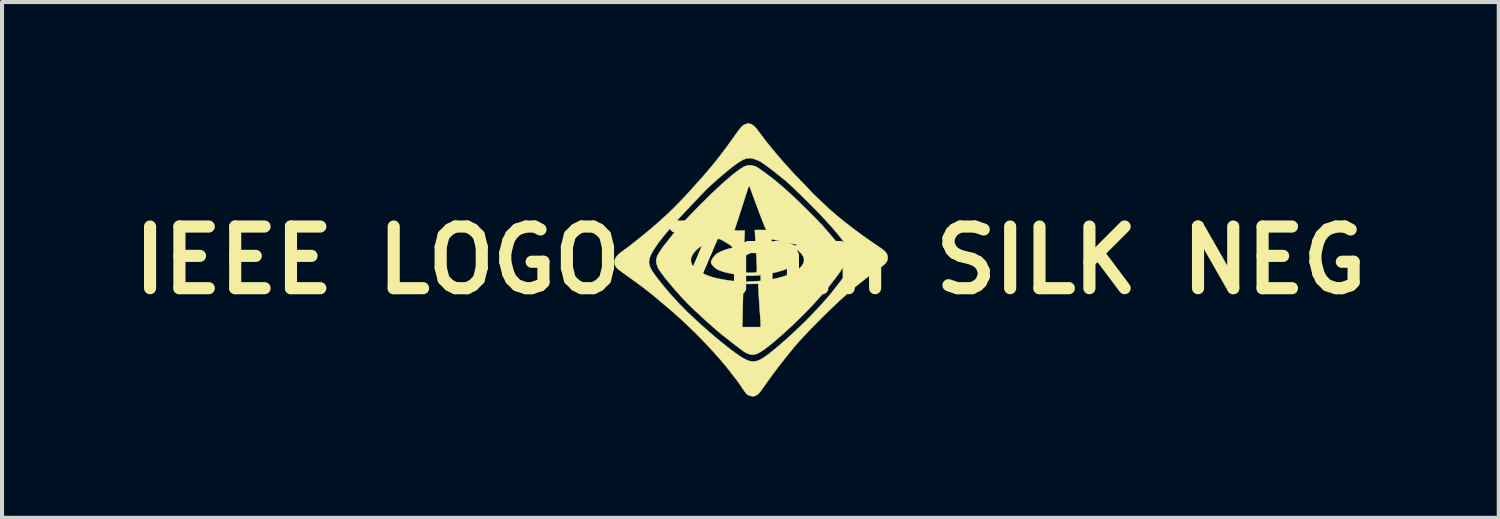
<source format=kicad_pcb>
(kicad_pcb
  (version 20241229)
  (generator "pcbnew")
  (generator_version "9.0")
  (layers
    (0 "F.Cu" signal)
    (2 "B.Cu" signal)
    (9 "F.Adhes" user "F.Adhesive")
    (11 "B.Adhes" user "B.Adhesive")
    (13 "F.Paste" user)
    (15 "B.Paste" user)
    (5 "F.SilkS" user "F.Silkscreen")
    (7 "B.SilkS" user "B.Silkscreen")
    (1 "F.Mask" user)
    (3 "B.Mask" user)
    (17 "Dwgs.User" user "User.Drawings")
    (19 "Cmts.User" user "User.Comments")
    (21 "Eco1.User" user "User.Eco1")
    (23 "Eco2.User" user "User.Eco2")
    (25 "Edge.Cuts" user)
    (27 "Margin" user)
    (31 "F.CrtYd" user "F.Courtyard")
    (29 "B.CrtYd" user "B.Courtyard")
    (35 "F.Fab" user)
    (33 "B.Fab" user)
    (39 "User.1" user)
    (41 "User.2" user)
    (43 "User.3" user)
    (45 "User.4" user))
  (footprint "IEEE LOGO 7mm SILK NEG"
    (layer "F.Cu")
    (at 15.501 3.385)
    (property "Reference" "IEEE LOGO 7mm SILK NEG" (at 0 0 0) (layer "F.SilkS") (effects (font (size 1.524 1.524) (thickness 0.3))))
    (attr through_hole)
    (fp_poly (pts (xy -0.011 -3.378) (xy 0.046 -3.353) (xy 0.105 -3.305) (xy 0.169 -3.233) (xy 0.199 -3.192) (xy 0.384 -2.946) (xy 0.591 -2.691) (xy 0.814 -2.431) (xy 1.05 -2.17) (xy 1.243 -1.968) (xy 1.308 -1.902) (xy 1.373 -1.834) (xy 1.432 -1.772) (xy 1.48 -1.721) (xy 1.505 -1.695) (xy 1.541 -1.657) (xy 1.594 -1.605) (xy 1.659 -1.542) (xy 1.732 -1.472) (xy 1.808 -1.4) (xy 1.884 -1.33) (xy 1.954 -1.265) (xy 2.011 -1.214) (xy 2.167 -1.081) (xy 2.342 -0.939) (xy 2.532 -0.792) (xy 2.731 -0.644) (xy 2.933 -0.5) (xy 3.133 -0.363) (xy 3.148 -0.353) (xy 3.234 -0.294) (xy 3.297 -0.246) (xy 3.342 -0.204) (xy 3.371 -0.165) (xy 3.387 -0.126) (xy 3.393 -0.083) (xy 3.394 -0.065) (xy 3.391 -0.022) (xy 3.38 0.016) (xy 3.359 0.052) (xy 3.324 0.09) (xy 3.273 0.135) (xy 3.202 0.188) (xy 3.156 0.221) (xy 3.097 0.264) (xy 3.023 0.32) (xy 2.938 0.385) (xy 2.847 0.456) (xy 2.754 0.529) (xy 2.664 0.601) (xy 2.58 0.669) (xy 2.508 0.729) (xy 2.451 0.777) (xy 2.427 0.798) (xy 2.399 0.823) (xy 2.355 0.863) (xy 2.301 0.912) (xy 2.241 0.966) (xy 2.215 0.989) (xy 2.12 1.077) (xy 2.014 1.177) (xy 1.9 1.288) (xy 1.782 1.405) (xy 1.662 1.525) (xy 1.543 1.646) (xy 1.429 1.764) (xy 1.323 1.876) (xy 1.228 1.98) (xy 1.146 2.07) (xy 1.082 2.146) (xy 1.07 2.16) (xy 0.963 2.292) (xy 0.87 2.407) (xy 0.79 2.509) (xy 0.717 2.602) (xy 0.649 2.691) (xy 0.583 2.779) (xy 0.515 2.872) (xy 0.442 2.973) (xy 0.361 3.086) (xy 0.279 3.203) (xy 0.218 3.28) (xy 0.161 3.331) (xy 0.104 3.358) (xy 0.045 3.362) (xy -0.007 3.349) (xy -0.047 3.334) (xy -0.077 3.316) (xy -0.105 3.29) (xy -0.135 3.252) (xy -0.169 3.203) (xy -0.236 3.104) (xy -0.289 3.028) (xy -0.33 2.971) (xy -0.358 2.934) (xy -0.387 2.898) (xy -0.419 2.856) (xy -0.423 2.85) (xy -0.57 2.662) (xy -0.736 2.463) (xy -0.919 2.257) (xy -1.113 2.047) (xy -1.316 1.839) (xy -1.524 1.636) (xy -1.731 1.442) (xy -1.936 1.261) (xy -2.019 1.19) (xy -2.056 1.159) (xy -2.107 1.116) (xy -2.166 1.066) (xy -2.224 1.016) (xy -2.349 0.911) (xy -2.477 0.807) (xy -2.612 0.701) (xy -2.759 0.591) (xy -2.923 0.472) (xy -3.09 0.352) (xy -3.177 0.29) (xy -3.244 0.239) (xy -3.292 0.198) (xy -3.324 0.161) (xy -3.344 0.127) (xy -3.355 0.092) (xy -3.358 0.052) (xy -3.358 0.04) (xy -3.358 0.037) (xy -2.505 0.037) (xy -2.502 0.09) (xy -2.487 0.144) (xy -2.461 0.205) (xy -2.421 0.274) (xy -2.366 0.355) (xy -2.295 0.45) (xy -2.206 0.562) (xy -2.189 0.584) (xy -1.994 0.817) (xy -1.786 1.046) (xy -1.561 1.275) (xy -1.317 1.506) (xy -1.051 1.743) (xy -0.911 1.863) (xy -0.747 1.999) (xy -0.601 2.117) (xy -0.473 2.217) (xy -0.36 2.3) (xy -0.262 2.368) (xy -0.177 2.42) (xy -0.103 2.458) (xy -0.04 2.484) (xy 0.013 2.497) (xy 0.079 2.503) (xy 0.14 2.495) (xy 0.206 2.473) (xy 0.236 2.46) (xy 0.3 2.424) (xy 0.381 2.37) (xy 0.476 2.299) (xy 0.584 2.213) (xy 0.702 2.114) (xy 0.828 2.005) (xy 0.96 1.887) (xy 1.095 1.762) (xy 1.231 1.633) (xy 1.366 1.501) (xy 1.497 1.368) (xy 1.623 1.237) (xy 1.736 1.114) (xy 1.799 1.045) (xy 1.849 0.989) (xy 1.89 0.943) (xy 1.927 0.9) (xy 1.964 0.856) (xy 2.004 0.806) (xy 2.052 0.746) (xy 2.111 0.67) (xy 2.141 0.632) (xy 2.239 0.505) (xy 2.32 0.396) (xy 2.384 0.303) (xy 2.434 0.222) (xy 2.47 0.151) (xy 2.495 0.088) (xy 2.51 0.029) (xy 2.516 -0.028) (xy 2.516 -0.042) (xy 2.514 -0.09) (xy 2.505 -0.138) (xy 2.487 -0.188) (xy 2.459 -0.243) (xy 2.419 -0.308) (xy 2.366 -0.384) (xy 2.297 -0.475) (xy 2.211 -0.584) (xy 2.21 -0.586) (xy 2.168 -0.638) (xy 2.132 -0.682) (xy 2.097 -0.724) (xy 2.061 -0.766) (xy 2.02 -0.813) (xy 1.969 -0.869) (xy 1.906 -0.939) (xy 1.849 -1.002) (xy 1.787 -1.069) (xy 1.713 -1.146) (xy 1.63 -1.232) (xy 1.54 -1.324) (xy 1.445 -1.419) (xy 1.348 -1.514) (xy 1.253 -1.609) (xy 1.16 -1.698) (xy 1.074 -1.781) (xy 0.996 -1.855) (xy 0.929 -1.917) (xy 0.876 -1.964) (xy 0.839 -1.995) (xy 0.831 -2) (xy 0.806 -2.019) (xy 0.766 -2.051) (xy 0.717 -2.09) (xy 0.684 -2.117) (xy 0.613 -2.174) (xy 0.536 -2.235) (xy 0.456 -2.295) (xy 0.38 -2.35) (xy 0.313 -2.397) (xy 0.261 -2.432) (xy 0.247 -2.44) (xy 0.171 -2.477) (xy 0.091 -2.506) (xy 0.016 -2.523) (xy -0.023 -2.526) (xy -0.087 -2.519) (xy -0.155 -2.497) (xy -0.231 -2.459) (xy -0.319 -2.403) (xy -0.396 -2.347) (xy -0.472 -2.288) (xy -0.559 -2.218) (xy -0.652 -2.14) (xy -0.748 -2.059) (xy -0.843 -1.976) (xy -0.933 -1.896) (xy -1.015 -1.821) (xy -1.085 -1.755) (xy -1.14 -1.701) (xy -1.17 -1.669) (xy -1.188 -1.649) (xy -1.224 -1.611) (xy -1.273 -1.559) (xy -1.332 -1.496) (xy -1.399 -1.426) (xy -1.467 -1.355) (xy -1.667 -1.143) (xy -1.845 -0.948) (xy -2.002 -0.769) (xy -2.138 -0.607) (xy -2.252 -0.461) (xy -2.345 -0.331) (xy -2.416 -0.219) (xy -2.465 -0.124) (xy -2.485 -0.071) (xy -2.499 -0.015) (xy -2.505 0.037) (xy -3.358 0.037) (xy -3.351 -0.014) (xy -3.329 -0.065) (xy -3.288 -0.118) (xy -3.227 -0.175) (xy -3.143 -0.239) (xy -3.114 -0.26) (xy -3.056 -0.301) (xy -2.982 -0.357) (xy -2.896 -0.425) (xy -2.801 -0.5) (xy -2.702 -0.579) (xy -2.604 -0.659) (xy -2.511 -0.736) (xy -2.427 -0.807) (xy -2.42 -0.813) (xy -2.293 -0.923) (xy -2.176 -1.028) (xy -2.064 -1.13) (xy -1.957 -1.233) (xy -1.85 -1.338) (xy -1.74 -1.45) (xy -1.625 -1.571) (xy -1.503 -1.704) (xy -1.369 -1.852) (xy -1.221 -2.018) (xy -1.164 -2.081) (xy -0.969 -2.31) (xy -0.777 -2.548) (xy -0.586 -2.801) (xy -0.435 -3.011) (xy -0.368 -3.105) (xy -0.315 -3.179) (xy -0.273 -3.235) (xy -0.239 -3.277) (xy -0.211 -3.307) (xy -0.186 -3.329) (xy -0.163 -3.345) (xy -0.137 -3.358) (xy -0.13 -3.361) (xy -0.069 -3.38) (xy -0.011 -3.378)) (stroke (width 0.01) (type solid)) (fill yes) (layer "F.SilkS"))
    (fp_poly (pts (xy 0.113 -2.326) (xy 0.153 -2.308) (xy 0.19 -2.285) (xy 0.244 -2.248) (xy 0.31 -2.201) (xy 0.383 -2.149) (xy 0.457 -2.093) (xy 0.528 -2.039) (xy 0.591 -1.99) (xy 0.64 -1.95) (xy 0.65 -1.942) (xy 0.688 -1.909) (xy 0.736 -1.868) (xy 0.776 -1.834) (xy 0.852 -1.769) (xy 0.944 -1.686) (xy 1.047 -1.591) (xy 1.158 -1.486) (xy 1.273 -1.376) (xy 1.387 -1.263) (xy 1.498 -1.153) (xy 1.602 -1.049) (xy 1.693 -0.954) (xy 1.767 -0.875) (xy 1.86 -0.771) (xy 1.951 -0.665) (xy 2.038 -0.561) (xy 2.118 -0.462) (xy 2.188 -0.371) (xy 2.246 -0.292) (xy 2.29 -0.228) (xy 2.311 -0.192) (xy 2.341 -0.107) (xy 2.35 -0.016) (xy 2.337 0.072) (xy 2.316 0.126) (xy 2.276 0.194) (xy 2.223 0.276) (xy 2.16 0.365) (xy 2.1 0.444) (xy 2.057 0.499) (xy 2.008 0.563) (xy 1.962 0.622) (xy 1.959 0.626) (xy 1.92 0.676) (xy 1.882 0.722) (xy 1.854 0.755) (xy 1.849 0.761) (xy 1.822 0.789) (xy 1.785 0.831) (xy 1.744 0.879) (xy 1.736 0.888) (xy 1.583 1.06) (xy 1.411 1.242) (xy 1.227 1.427) (xy 1.034 1.613) (xy 0.839 1.792) (xy 0.647 1.96) (xy 0.593 2.006) (xy 0.476 2.102) (xy 0.377 2.179) (xy 0.293 2.239) (xy 0.221 2.283) (xy 0.159 2.313) (xy 0.103 2.329) (xy 0.052 2.334) (xy 0.003 2.328) (xy -0.024 2.321) (xy -0.076 2.302) (xy -0.128 2.275) (xy -0.137 2.271) (xy -0.17 2.248) (xy -0.221 2.211) (xy -0.285 2.163) (xy -0.359 2.107) (xy -0.44 2.045) (xy -0.523 1.98) (xy -0.606 1.914) (xy -0.685 1.852) (xy -0.756 1.795) (xy -0.815 1.745) (xy -0.86 1.707) (xy -0.886 1.683) (xy -0.889 1.68) (xy -0.902 1.668) (xy -0.921 1.651) (xy -0.2 1.651) (xy 0.254 1.651) (xy 0.254 1.577) (xy 0.253 1.53) (xy 0.249 1.466) (xy 0.244 1.394) (xy 0.241 1.355) (xy 0.236 1.294) (xy 0.23 1.213) (xy 0.224 1.118) (xy 0.217 1.015) (xy 0.211 0.912) (xy 0.21 0.894) (xy 0.193 0.581) (xy 0.012 0.584) (xy -0.169 0.586) (xy -0.17 0.642) (xy -0.172 0.689) (xy -0.175 0.729) (xy -0.176 0.734) (xy -0.177 0.756) (xy -0.179 0.803) (xy -0.181 0.871) (xy -0.184 0.956) (xy -0.186 1.054) (xy -0.189 1.161) (xy -0.19 1.21) (xy -0.2 1.651) (xy -0.921 1.651) (xy -0.932 1.642) (xy -0.973 1.606) (xy -1.002 1.581) (xy -1.063 1.527) (xy -1.132 1.465) (xy -1.194 1.407) (xy -1.206 1.396) (xy -1.261 1.344) (xy -1.318 1.291) (xy -1.368 1.245) (xy -1.38 1.234) (xy -1.464 1.154) (xy -1.556 1.063) (xy -1.652 0.962) (xy -1.75 0.856) (xy -1.848 0.746) (xy -1.942 0.637) (xy -2.031 0.53) (xy -2.112 0.431) (xy -2.181 0.34) (xy -2.237 0.262) (xy -2.276 0.199) (xy -2.288 0.176) (xy -2.321 0.08) (xy -2.324 0.032) (xy -1.469 0.032) (xy -1.444 0.109) (xy -1.391 0.182) (xy -1.35 0.22) (xy -1.303 0.253) (xy -1.238 0.291) (xy -1.162 0.33) (xy -1.084 0.366) (xy -1.01 0.395) (xy -1.005 0.397) (xy -0.911 0.425) (xy -0.795 0.453) (xy -0.666 0.478) (xy -0.53 0.5) (xy -0.394 0.516) (xy -0.266 0.527) (xy -0.261 0.528) (xy -0.181 0.53) (xy -0.082 0.529) (xy 0.03 0.525) (xy 0.147 0.518) (xy 0.26 0.509) (xy 0.346 0.5) (xy 0.513 0.475) (xy 0.674 0.441) (xy 0.823 0.399) (xy 0.958 0.351) (xy 1.074 0.298) (xy 1.168 0.24) (xy 1.214 0.202) (xy 1.281 0.128) (xy 1.319 0.054) (xy 1.328 -0.02) (xy 1.31 -0.092) (xy 1.264 -0.163) (xy 1.19 -0.232) (xy 1.092 -0.297) (xy 1.024 -0.337) (xy 1.063 -0.352) (xy 1.102 -0.363) (xy 1.13 -0.367) (xy 1.155 -0.37) (xy 1.156 -0.379) (xy 1.138 -0.39) (xy 1.103 -0.4) (xy 1.09 -0.402) (xy 1.048 -0.409) (xy 0.988 -0.421) (xy 0.918 -0.436) (xy 0.868 -0.447) (xy 0.754 -0.473) (xy 0.666 -0.492) (xy 0.6 -0.506) (xy 0.555 -0.515) (xy 0.527 -0.52) (xy 0.516 -0.52) (xy 0.515 -0.519) (xy 0.519 -0.506) (xy 0.53 -0.473) (xy 0.546 -0.426) (xy 0.565 -0.374) (xy 0.584 -0.323) (xy 0.601 -0.279) (xy 0.613 -0.249) (xy 0.617 -0.241) (xy 0.632 -0.241) (xy 0.667 -0.247) (xy 0.713 -0.259) (xy 0.713 -0.259) (xy 0.773 -0.272) (xy 0.816 -0.275) (xy 0.855 -0.269) (xy 0.858 -0.268) (xy 0.918 -0.244) (xy 0.981 -0.206) (xy 1.037 -0.16) (xy 1.079 -0.114) (xy 1.092 -0.094) (xy 1.107 -0.06) (xy 1.111 -0.035) (xy 1.105 -0.007) (xy 1.092 0.026) (xy 1.051 0.092) (xy 0.996 0.143) (xy 0.945 0.179) (xy 0.898 0.208) (xy 0.846 0.232) (xy 0.784 0.254) (xy 0.704 0.277) (xy 0.661 0.289) (xy 0.519 0.322) (xy 0.366 0.349) (xy 0.214 0.368) (xy 0.072 0.379) (xy 0 0.381) (xy -0.109 0.377) (xy -0.229 0.366) (xy -0.352 0.35) (xy -0.474 0.329) (xy -0.588 0.304) (xy -0.689 0.276) (xy -0.77 0.247) (xy -0.809 0.229) (xy -0.87 0.189) (xy -0.921 0.142) (xy -0.957 0.094) (xy -0.973 0.051) (xy -0.974 0.044) (xy -0.963 0.003) (xy -0.934 -0.048) (xy -0.891 -0.104) (xy -0.852 -0.144) (xy -0.812 -0.173) (xy -0.753 -0.205) (xy -0.683 -0.236) (xy -0.61 -0.263) (xy -0.544 -0.282) (xy -0.539 -0.283) (xy -0.487 -0.295) (xy -0.455 -0.307) (xy -0.443 -0.321) (xy -0.453 -0.34) (xy -0.485 -0.366) (xy -0.539 -0.402) (xy -0.592 -0.434) (xy -0.66 -0.475) (xy -0.708 -0.502) (xy -0.742 -0.519) (xy -0.768 -0.527) (xy -0.789 -0.529) (xy -0.813 -0.525) (xy -0.822 -0.523) (xy -0.905 -0.498) (xy -1 -0.46) (xy -1.099 -0.413) (xy -1.193 -0.361) (xy -1.273 -0.308) (xy -1.297 -0.289) (xy -1.381 -0.209) (xy -1.437 -0.128) (xy -1.467 -0.047) (xy -1.469 0.032) (xy -2.324 0.032) (xy -2.327 -0.012) (xy -2.305 -0.099) (xy -2.302 -0.107) (xy -2.282 -0.143) (xy -2.251 -0.195) (xy -2.214 -0.252) (xy -2.176 -0.309) (xy -2.142 -0.355) (xy -2.124 -0.377) (xy -2.102 -0.404) (xy -2.095 -0.412) (xy -2.011 -0.519) (xy -1.933 -0.618) (xy -1.857 -0.71) (xy -1.819 -0.754) (xy -0.39 -0.754) (xy -0.39 -0.745) (xy -0.376 -0.738) (xy -0.345 -0.735) (xy -0.291 -0.734) (xy -0.268 -0.734) (xy -0.139 -0.734) (xy -0.147 -0.568) (xy -0.149 -0.505) (xy -0.152 -0.421) (xy -0.156 -0.322) (xy -0.159 -0.214) (xy -0.162 -0.103) (xy -0.163 -0.046) (xy -0.172 0.31) (xy -0.019 0.31) (xy 0.045 0.309) (xy 0.1 0.306) (xy 0.139 0.302) (xy 0.153 0.298) (xy 0.158 0.285) (xy 0.161 0.252) (xy 0.162 0.199) (xy 0.16 0.125) (xy 0.156 0.028) (xy 0.15 -0.093) (xy 0.142 -0.239) (xy 0.131 -0.411) (xy 0.118 -0.609) (xy 0.118 -0.617) (xy 0.109 -0.748) (xy 0.396 -0.748) (xy 0.376 -0.787) (xy 0.361 -0.819) (xy 0.338 -0.875) (xy 0.308 -0.95) (xy 0.273 -1.04) (xy 0.234 -1.141) (xy 0.193 -1.251) (xy 0.15 -1.364) (xy 0.108 -1.478) (xy 0.068 -1.588) (xy 0.036 -1.679) (xy 0.013 -1.74) (xy -0.006 -1.791) (xy -0.021 -1.826) (xy -0.028 -1.839) (xy -0.036 -1.832) (xy -0.05 -1.803) (xy -0.066 -1.759) (xy -0.069 -1.747) (xy -0.081 -1.711) (xy -0.099 -1.654) (xy -0.122 -1.581) (xy -0.15 -1.494) (xy -0.18 -1.399) (xy -0.213 -1.298) (xy -0.246 -1.195) (xy -0.279 -1.095) (xy -0.309 -1.001) (xy -0.337 -0.917) (xy -0.36 -0.846) (xy -0.377 -0.793) (xy -0.388 -0.761) (xy -0.39 -0.754) (xy -1.819 -0.754) (xy -1.781 -0.798) (xy -1.702 -0.887) (xy -1.618 -0.979) (xy -1.526 -1.077) (xy -1.422 -1.185) (xy -1.305 -1.304) (xy -1.171 -1.439) (xy -1.117 -1.492) (xy -0.966 -1.641) (xy -0.819 -1.78) (xy -0.68 -1.908) (xy -0.549 -2.022) (xy -0.43 -2.122) (xy -0.323 -2.205) (xy -0.23 -2.27) (xy -0.155 -2.315) (xy -0.155 -2.315) (xy -0.069 -2.345) (xy 0.022 -2.348) (xy 0.113 -2.326)) (stroke (width 0.01) (type solid)) (fill yes) (layer "F.SilkS")))
  (gr_rect
    (start -3 -3)
    (end 34.003 9.752)
    (stroke (width 0.1) (type default))
    (fill no)
    (layer "Edge.Cuts")))
</source>
